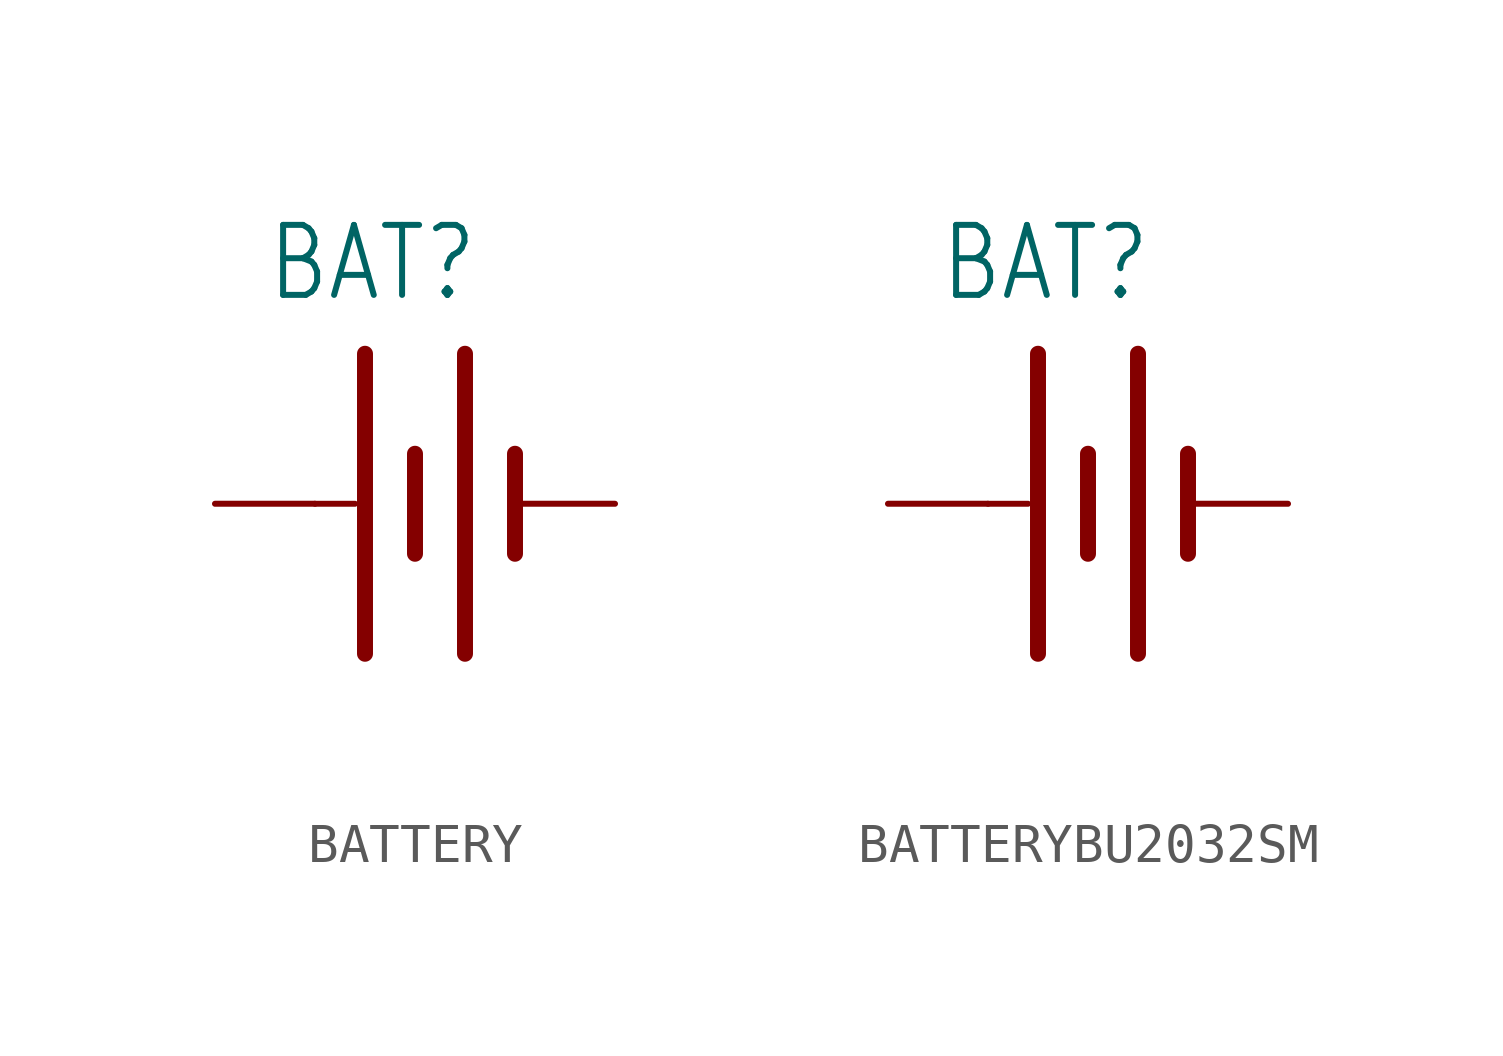
<source format=kicad_sym>
(kicad_symbol_lib
  (version 20220914)
  (generator kicad_symbol_editor)
  (symbol "BATTERY"
    (property "Reference" "BAT"
      (at -3.81 5.08 0)
      (effects (font (size 1.778 1.511)) (justify left bottom)))
    (property "Value" ""
      (at -3.81 -6.35 0)
      (effects (font (size 1.778 1.511)) (justify left bottom)))
    (property "ki_locked" ""
      (at 0 0 0)
      (effects (font (size 1.27 1.27))))
    (symbol "BATTERY_1_0"
      (polyline (pts (xy -2.54 0) (xy -1.524 0)) (stroke (width 0.152) (type solid)) (fill (type none)))
      (polyline (pts (xy -1.27 3.81) (xy -1.27 -3.81)) (stroke (width 0.406) (type solid)) (fill (type none)))
      (polyline (pts (xy 0 1.27) (xy 0 -1.27)) (stroke (width 0.406) (type solid)) (fill (type none)))
      (polyline (pts (xy 1.27 3.81) (xy 1.27 -3.81)) (stroke (width 0.406) (type solid)) (fill (type none)))
      (polyline (pts (xy 2.54 1.27) (xy 2.54 -1.27)) (stroke (width 0.406) (type solid)) (fill (type none)))
      (pin power_in line (at -5.08 0 0) (length 2.54) (name "+" (effects (font (size 0 0)))) (number "3V" (effects (font (size 0 0)))))
      (pin power_in line (at 5.08 0 180) (length 2.54) (name "-" (effects (font (size 0 0)))) (number "GND" (effects (font (size 0 0)))))))
  (symbol "BATTERYBU2032SM"
    (property "Reference" "BAT"
      (at -3.81 5.08 0)
      (effects (font (size 1.778 1.511)) (justify left bottom)))
    (property "Value" ""
      (at -3.81 -6.35 0)
      (effects (font (size 1.778 1.511)) (justify left bottom)))
    (property "ki_locked" ""
      (at 0 0 0)
      (effects (font (size 1.27 1.27))))
    (symbol "BATTERYBU2032SM_1_0"
      (polyline (pts (xy -2.54 0) (xy -1.524 0)) (stroke (width 0.152) (type solid)) (fill (type none)))
      (polyline (pts (xy -1.27 3.81) (xy -1.27 -3.81)) (stroke (width 0.406) (type solid)) (fill (type none)))
      (polyline (pts (xy 0 1.27) (xy 0 -1.27)) (stroke (width 0.406) (type solid)) (fill (type none)))
      (polyline (pts (xy 1.27 3.81) (xy 1.27 -3.81)) (stroke (width 0.406) (type solid)) (fill (type none)))
      (polyline (pts (xy 2.54 1.27) (xy 2.54 -1.27)) (stroke (width 0.406) (type solid)) (fill (type none)))
      (pin power_in line (at -5.08 0 0) (length 2.54) (name "+" (effects (font (size 0 0)))) (number "P$1" (effects (font (size 0 0)))))
      (pin power_in line (at 5.08 0 180) (length 2.54) (name "-" (effects (font (size 0 0)))) (number "P$2" (effects (font (size 0 0))))))))
</source>
